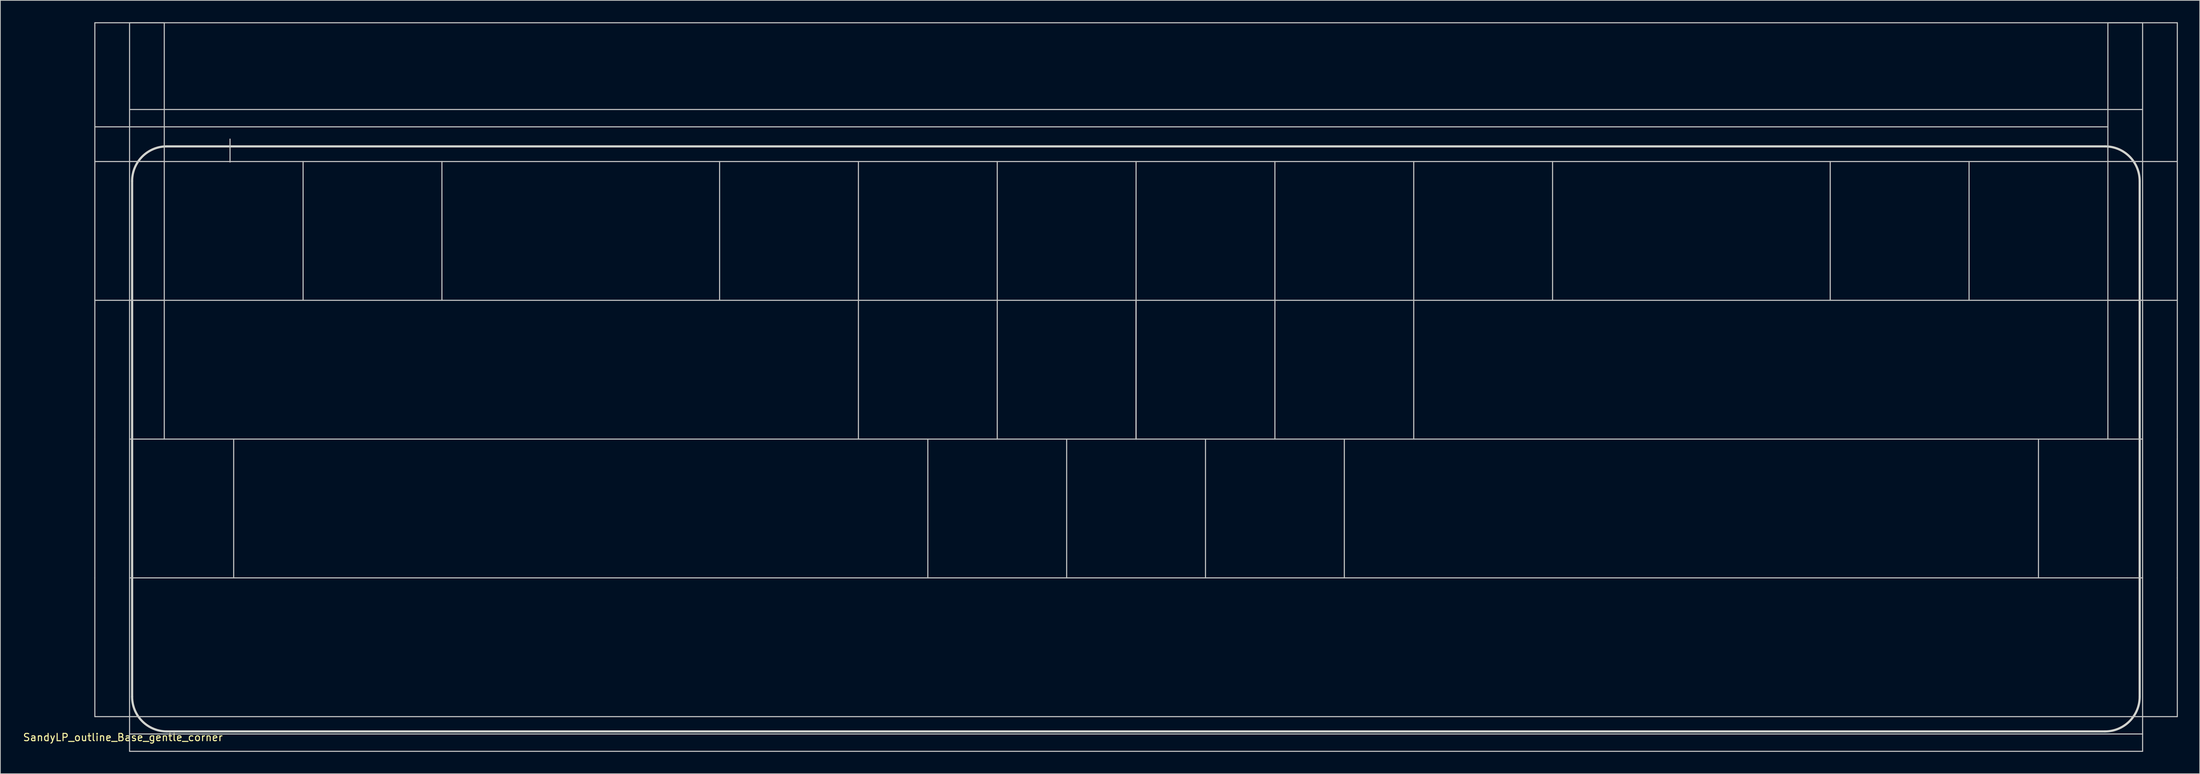
<source format=kicad_pcb>
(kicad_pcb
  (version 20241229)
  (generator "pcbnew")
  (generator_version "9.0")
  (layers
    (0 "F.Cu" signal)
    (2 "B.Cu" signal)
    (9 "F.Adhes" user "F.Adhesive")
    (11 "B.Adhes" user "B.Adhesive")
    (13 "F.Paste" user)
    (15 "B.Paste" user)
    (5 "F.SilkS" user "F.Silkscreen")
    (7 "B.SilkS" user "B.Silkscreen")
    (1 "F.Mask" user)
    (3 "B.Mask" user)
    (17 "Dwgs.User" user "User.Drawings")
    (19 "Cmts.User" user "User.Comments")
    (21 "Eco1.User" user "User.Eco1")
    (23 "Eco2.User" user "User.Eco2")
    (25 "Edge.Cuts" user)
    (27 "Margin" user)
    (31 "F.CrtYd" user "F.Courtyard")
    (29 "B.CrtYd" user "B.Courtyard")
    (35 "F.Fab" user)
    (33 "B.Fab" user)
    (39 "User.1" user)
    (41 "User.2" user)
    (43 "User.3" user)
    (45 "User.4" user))
  (footprint "SandyLP_outline_Base_gentle_corner"
    (layer "F.Cu")
    (at 152.84 66.75)
    (property "Reference" "SandyLP_outline_Base_gentle_corner" (at -139.025 31.425 0) (layer "F.SilkS") (effects (font (size 1 1) (thickness 0.15))))
    (attr through_hole)
    (fp_line (start -142.875 -66.675) (end -133.35 -66.675) (stroke (width 0.15) (type solid)) (layer "Dwgs.User"))
    (fp_line (start -142.875 -47.625) (end -142.875 -66.675) (stroke (width 0.15) (type solid)) (layer "Dwgs.User"))
    (fp_line (start -142.875 -47.625) (end -133.35 -47.625) (stroke (width 0.15) (type solid)) (layer "Dwgs.User"))
    (fp_line (start -142.875 -28.575) (end -142.875 -47.625) (stroke (width 0.15) (type solid)) (layer "Dwgs.User"))
    (fp_line (start -142.875 -28.575) (end -133.35 -28.575) (stroke (width 0.15) (type solid)) (layer "Dwgs.User"))
    (fp_line (start -142.875 -9.525) (end -142.875 -28.575) (stroke (width 0.15) (type solid)) (layer "Dwgs.User"))
    (fp_line (start -142.875 9.525) (end -142.875 -9.525) (stroke (width 0.15) (type solid)) (layer "Dwgs.User"))
    (fp_line (start -142.875 28.575) (end -142.875 9.525) (stroke (width 0.15) (type solid)) (layer "Dwgs.User"))
    (fp_line (start -138.113 -47.625) (end -138.113 -66.675) (stroke (width 0.15) (type solid)) (layer "Dwgs.User"))
    (fp_line (start -138.113 -28.575) (end -138.113 -47.625) (stroke (width 0.15) (type solid)) (layer "Dwgs.User"))
    (fp_line (start -138.113 -9.525) (end -138.113 -28.575) (stroke (width 0.15) (type solid)) (layer "Dwgs.User"))
    (fp_line (start -138.113 9.525) (end -138.113 -9.525) (stroke (width 0.15) (type solid)) (layer "Dwgs.User"))
    (fp_line (start -138.113 28.575) (end -138.113 9.525) (stroke (width 0.15) (type solid)) (layer "Dwgs.User"))
    (fp_line (start -138.113 33.337) (end -138.113 28.575) (stroke (width 0.15) (type solid)) (layer "Dwgs.User"))
    (fp_line (start -133.35 -47.625) (end -133.35 -66.675) (stroke (width 0.15) (type solid)) (layer "Dwgs.User"))
    (fp_line (start -133.35 -28.575) (end -133.35 -47.625) (stroke (width 0.15) (type solid)) (layer "Dwgs.User"))
    (fp_line (start -133.35 -9.525) (end -133.35 -28.575) (stroke (width 0.15) (type solid)) (layer "Dwgs.User"))
    (fp_line (start -124.325 -50.706) (end -124.325 -47.556) (stroke (width 0.15) (type solid)) (layer "Dwgs.User"))
    (fp_line (start -123.825 9.525) (end -123.825 -9.525) (stroke (width 0.15) (type solid)) (layer "Dwgs.User"))
    (fp_line (start -114.3 -28.575) (end -114.3 -47.625) (stroke (width 0.15) (type solid)) (layer "Dwgs.User"))
    (fp_line (start -95.25 -28.575) (end -95.25 -47.625) (stroke (width 0.15) (type solid)) (layer "Dwgs.User"))
    (fp_line (start -57.15 -28.575) (end -57.15 -47.625) (stroke (width 0.15) (type solid)) (layer "Dwgs.User"))
    (fp_line (start -38.1 -28.575) (end -38.1 -47.625) (stroke (width 0.15) (type solid)) (layer "Dwgs.User"))
    (fp_line (start -38.1 -9.525) (end -38.1 -28.575) (stroke (width 0.15) (type solid)) (layer "Dwgs.User"))
    (fp_line (start -28.575 9.525) (end -28.575 -9.525) (stroke (width 0.15) (type solid)) (layer "Dwgs.User"))
    (fp_line (start -19.05 -28.575) (end -19.05 -47.625) (stroke (width 0.15) (type solid)) (layer "Dwgs.User"))
    (fp_line (start -19.05 -9.525) (end -19.05 -28.575) (stroke (width 0.15) (type solid)) (layer "Dwgs.User"))
    (fp_line (start -9.525 9.525) (end -9.525 -9.525) (stroke (width 0.15) (type solid)) (layer "Dwgs.User"))
    (fp_line (start 0 -28.575) (end 0 -47.625) (stroke (width 0.15) (type solid)) (layer "Dwgs.User"))
    (fp_line (start 0 -28.575) (end 0 -9.525) (stroke (width 0.15) (type solid)) (layer "Dwgs.User"))
    (fp_line (start 0 -9.525) (end 0 -28.575) (stroke (width 0.15) (type solid)) (layer "Dwgs.User"))
    (fp_line (start 0 -9.525) (end 0 -28.575) (stroke (width 0.15) (type solid)) (layer "Dwgs.User"))
    (fp_line (start 9.525 9.525) (end 9.525 -9.525) (stroke (width 0.15) (type solid)) (layer "Dwgs.User"))
    (fp_line (start 19.05 -28.575) (end 19.05 -47.625) (stroke (width 0.15) (type solid)) (layer "Dwgs.User"))
    (fp_line (start 19.05 -9.525) (end 19.05 -28.575) (stroke (width 0.15) (type solid)) (layer "Dwgs.User"))
    (fp_line (start 28.575 9.525) (end 28.575 -9.525) (stroke (width 0.15) (type solid)) (layer "Dwgs.User"))
    (fp_line (start 38.1 -28.575) (end 38.1 -47.625) (stroke (width 0.15) (type solid)) (layer "Dwgs.User"))
    (fp_line (start 38.1 -9.525) (end 38.1 -28.575) (stroke (width 0.15) (type solid)) (layer "Dwgs.User"))
    (fp_line (start 57.15 -28.575) (end 57.15 -47.625) (stroke (width 0.15) (type solid)) (layer "Dwgs.User"))
    (fp_line (start 95.25 -28.575) (end 95.25 -47.625) (stroke (width 0.15) (type solid)) (layer "Dwgs.User"))
    (fp_line (start 114.3 -28.575) (end 114.3 -47.625) (stroke (width 0.15) (type solid)) (layer "Dwgs.User"))
    (fp_line (start 123.825 9.525) (end 123.825 -9.525) (stroke (width 0.15) (type solid)) (layer "Dwgs.User"))
    (fp_line (start 133.35 -52.388) (end -142.875 -52.388) (stroke (width 0.15) (type solid)) (layer "Dwgs.User"))
    (fp_line (start 133.35 -47.625) (end 133.35 -66.675) (stroke (width 0.15) (type solid)) (layer "Dwgs.User"))
    (fp_line (start 133.35 -28.575) (end 133.35 -47.625) (stroke (width 0.15) (type solid)) (layer "Dwgs.User"))
    (fp_line (start 133.35 -9.525) (end 133.35 -28.575) (stroke (width 0.15) (type solid)) (layer "Dwgs.User"))
    (fp_line (start 138.113 -66.675) (end -138.113 -66.675) (stroke (width 0.15) (type solid)) (layer "Dwgs.User"))
    (fp_line (start 138.113 -54.769) (end -138.113 -54.769) (stroke (width 0.15) (type solid)) (layer "Dwgs.User"))
    (fp_line (start 138.113 -47.625) (end -138.113 -47.625) (stroke (width 0.15) (type solid)) (layer "Dwgs.User"))
    (fp_line (start 138.113 -47.625) (end 138.113 -66.675) (stroke (width 0.15) (type solid)) (layer "Dwgs.User"))
    (fp_line (start 138.113 -28.575) (end -138.113 -28.575) (stroke (width 0.15) (type solid)) (layer "Dwgs.User"))
    (fp_line (start 138.113 -28.575) (end 138.113 -47.625) (stroke (width 0.15) (type solid)) (layer "Dwgs.User"))
    (fp_line (start 138.113 -9.525) (end -138.113 -9.525) (stroke (width 0.15) (type solid)) (layer "Dwgs.User"))
    (fp_line (start 138.113 -9.525) (end 138.113 -28.575) (stroke (width 0.15) (type solid)) (layer "Dwgs.User"))
    (fp_line (start 138.113 9.525) (end -138.113 9.525) (stroke (width 0.15) (type solid)) (layer "Dwgs.User"))
    (fp_line (start 138.113 9.525) (end 138.113 -9.525) (stroke (width 0.15) (type solid)) (layer "Dwgs.User"))
    (fp_line (start 138.113 28.575) (end 138.113 9.525) (stroke (width 0.15) (type solid)) (layer "Dwgs.User"))
    (fp_line (start 138.113 30.956) (end -138.113 30.956) (stroke (width 0.15) (type solid)) (layer "Dwgs.User"))
    (fp_line (start 138.113 33.337) (end -138.113 33.337) (stroke (width 0.15) (type solid)) (layer "Dwgs.User"))
    (fp_line (start 138.113 33.337) (end 138.113 28.575) (stroke (width 0.15) (type solid)) (layer "Dwgs.User"))
    (fp_line (start 142.875 -66.675) (end 133.35 -66.675) (stroke (width 0.15) (type solid)) (layer "Dwgs.User"))
    (fp_line (start 142.875 -66.675) (end 142.875 -47.625) (stroke (width 0.15) (type solid)) (layer "Dwgs.User"))
    (fp_line (start 142.875 -47.625) (end 133.35 -47.625) (stroke (width 0.15) (type solid)) (layer "Dwgs.User"))
    (fp_line (start 142.875 -47.625) (end 142.875 -28.575) (stroke (width 0.15) (type solid)) (layer "Dwgs.User"))
    (fp_line (start 142.875 -28.575) (end 133.35 -28.575) (stroke (width 0.15) (type solid)) (layer "Dwgs.User"))
    (fp_line (start 142.875 -9.525) (end 142.875 -28.575) (stroke (width 0.15) (type solid)) (layer "Dwgs.User"))
    (fp_line (start 142.875 9.525) (end 142.875 -9.525) (stroke (width 0.15) (type solid)) (layer "Dwgs.User"))
    (fp_line (start 142.875 28.575) (end -142.875 28.575) (stroke (width 0.15) (type solid)) (layer "Dwgs.User"))
    (fp_line (start 142.875 28.575) (end 142.875 9.525) (stroke (width 0.15) (type solid)) (layer "Dwgs.User"))
    (fp_line (start -137.762 25.844) (end -137.762 -44.944) (stroke (width 0.3) (type solid)) (layer "Edge.Cuts"))
    (fp_line (start 132.95 -49.706) (end -133 -49.706) (stroke (width 0.3) (type solid)) (layer "Edge.Cuts"))
    (fp_line (start 132.95 30.606) (end -133 30.606) (stroke (width 0.3) (type solid)) (layer "Edge.Cuts"))
    (fp_line (start 137.713 25.844) (end 137.713 -44.944) (stroke (width 0.3) (type solid)) (layer "Edge.Cuts"))
    (fp_arc (start -137.7625 -44.94379) (mid -136.367596 -48.311386) (end -133 -49.70629) (stroke (width 0.3) (type default)) (layer "Edge.Cuts"))
    (fp_arc (start -133 30.60621) (mid -136.367596 29.211306) (end -137.7625 25.84371) (stroke (width 0.3) (type default)) (layer "Edge.Cuts"))
    (fp_arc (start 132.95 -49.70629) (mid 136.317596 -48.311386) (end 137.7125 -44.94379) (stroke (width 0.3) (type default)) (layer "Edge.Cuts"))
    (fp_arc (start 137.7125 25.84371) (mid 136.317596 29.211306) (end 132.95 30.60621) (stroke (width 0.3) (type default)) (layer "Edge.Cuts")))
  (gr_rect
    (start -3 -3)
    (end 298.79 103.162)
    (stroke (width 0.1) (type default))
    (fill no)
    (layer "Edge.Cuts")))
</source>
